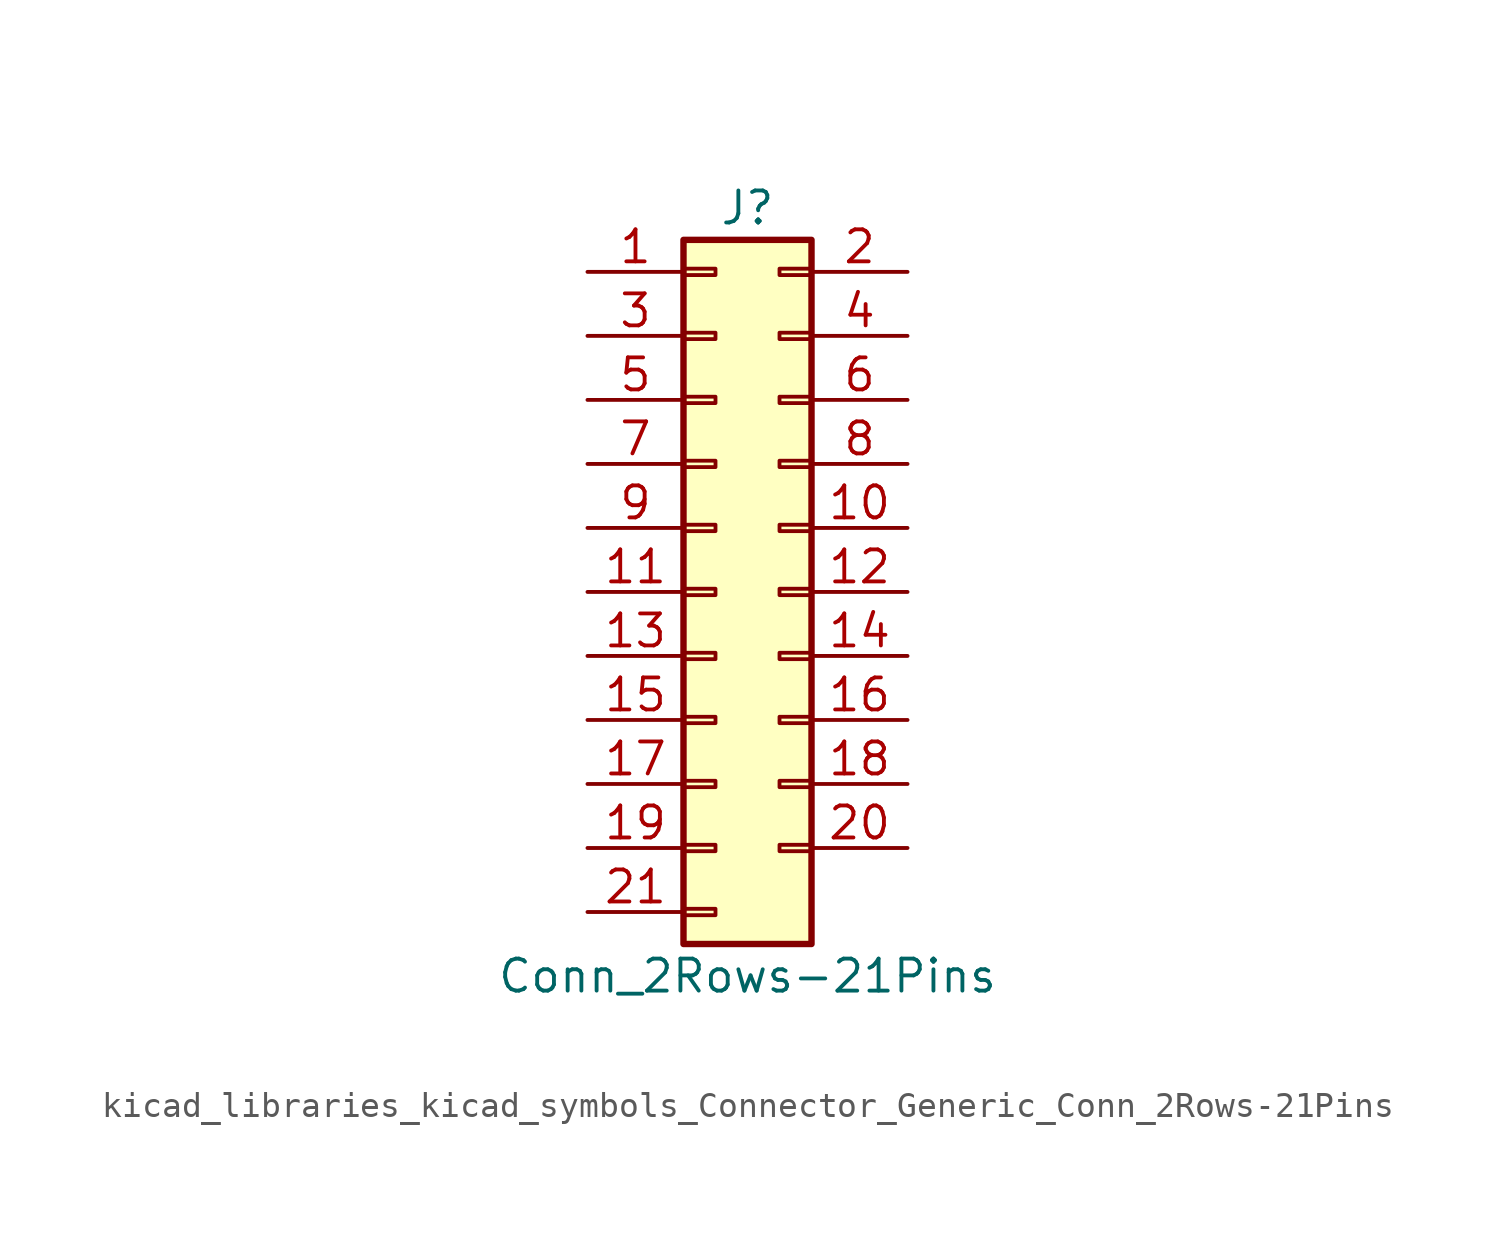
<source format=kicad_sym>
(kicad_symbol_lib
  (version 20220914)
  (generator kicad_symbol_editor)
  (symbol "kicad_libraries_kicad_symbols_Connector_Generic_Conn_2Rows-21Pins"
    (pin_names
      (offset 1.016) hide)
    (property "Reference" "J"
      (at 1.27 15.24 0)
      (effects (font (size 1.27 1.27))))
    (property "Value" "Conn_2Rows-21Pins"
      (at 1.27 -15.24 0)
      (effects (font (size 1.27 1.27))))
    (symbol "kicad_libraries_kicad_symbols_Connector_Generic_Conn_2Rows-21Pins_1_1"
      (rectangle (start -1.27 -12.573) (end 0 -12.827) (stroke (width 0.152) (type default)) (fill (type none)))
      (rectangle (start -1.27 -10.033) (end 0 -10.287) (stroke (width 0.152) (type default)) (fill (type none)))
      (rectangle (start -1.27 -7.493) (end 0 -7.747) (stroke (width 0.152) (type default)) (fill (type none)))
      (rectangle (start -1.27 -4.953) (end 0 -5.207) (stroke (width 0.152) (type default)) (fill (type none)))
      (rectangle (start -1.27 -2.413) (end 0 -2.667) (stroke (width 0.152) (type default)) (fill (type none)))
      (rectangle (start -1.27 0.127) (end 0 -0.127) (stroke (width 0.152) (type default)) (fill (type none)))
      (rectangle (start -1.27 2.667) (end 0 2.413) (stroke (width 0.152) (type default)) (fill (type none)))
      (rectangle (start -1.27 5.207) (end 0 4.953) (stroke (width 0.152) (type default)) (fill (type none)))
      (rectangle (start -1.27 7.747) (end 0 7.493) (stroke (width 0.152) (type default)) (fill (type none)))
      (rectangle (start -1.27 10.287) (end 0 10.033) (stroke (width 0.152) (type default)) (fill (type none)))
      (rectangle (start -1.27 12.827) (end 0 12.573) (stroke (width 0.152) (type default)) (fill (type none)))
      (rectangle (start -1.27 13.97) (end 3.81 -13.97) (stroke (width 0.254) (type default)) (fill (type background)))
      (rectangle (start 3.81 -10.033) (end 2.54 -10.287) (stroke (width 0.152) (type default)) (fill (type none)))
      (rectangle (start 3.81 -7.493) (end 2.54 -7.747) (stroke (width 0.152) (type default)) (fill (type none)))
      (rectangle (start 3.81 -4.953) (end 2.54 -5.207) (stroke (width 0.152) (type default)) (fill (type none)))
      (rectangle (start 3.81 -2.413) (end 2.54 -2.667) (stroke (width 0.152) (type default)) (fill (type none)))
      (rectangle (start 3.81 0.127) (end 2.54 -0.127) (stroke (width 0.152) (type default)) (fill (type none)))
      (rectangle (start 3.81 2.667) (end 2.54 2.413) (stroke (width 0.152) (type default)) (fill (type none)))
      (rectangle (start 3.81 5.207) (end 2.54 4.953) (stroke (width 0.152) (type default)) (fill (type none)))
      (rectangle (start 3.81 7.747) (end 2.54 7.493) (stroke (width 0.152) (type default)) (fill (type none)))
      (rectangle (start 3.81 10.287) (end 2.54 10.033) (stroke (width 0.152) (type default)) (fill (type none)))
      (rectangle (start 3.81 12.827) (end 2.54 12.573) (stroke (width 0.152) (type default)) (fill (type none)))
      (pin passive line (at -5.08 12.7 0) (length 3.81) (name "Pin_1" (effects (font (size 1.27 1.27)))) (number "1" (effects (font (size 1.27 1.27)))))
      (pin passive line (at 7.62 2.54 180) (length 3.81) (name "Pin_10" (effects (font (size 1.27 1.27)))) (number "10" (effects (font (size 1.27 1.27)))))
      (pin passive line (at -5.08 0 0) (length 3.81) (name "Pin_11" (effects (font (size 1.27 1.27)))) (number "11" (effects (font (size 1.27 1.27)))))
      (pin passive line (at 7.62 0 180) (length 3.81) (name "Pin_12" (effects (font (size 1.27 1.27)))) (number "12" (effects (font (size 1.27 1.27)))))
      (pin passive line (at -5.08 -2.54 0) (length 3.81) (name "Pin_13" (effects (font (size 1.27 1.27)))) (number "13" (effects (font (size 1.27 1.27)))))
      (pin passive line (at 7.62 -2.54 180) (length 3.81) (name "Pin_14" (effects (font (size 1.27 1.27)))) (number "14" (effects (font (size 1.27 1.27)))))
      (pin passive line (at -5.08 -5.08 0) (length 3.81) (name "Pin_15" (effects (font (size 1.27 1.27)))) (number "15" (effects (font (size 1.27 1.27)))))
      (pin passive line (at 7.62 -5.08 180) (length 3.81) (name "Pin_16" (effects (font (size 1.27 1.27)))) (number "16" (effects (font (size 1.27 1.27)))))
      (pin passive line (at -5.08 -7.62 0) (length 3.81) (name "Pin_17" (effects (font (size 1.27 1.27)))) (number "17" (effects (font (size 1.27 1.27)))))
      (pin passive line (at 7.62 -7.62 180) (length 3.81) (name "Pin_18" (effects (font (size 1.27 1.27)))) (number "18" (effects (font (size 1.27 1.27)))))
      (pin passive line (at -5.08 -10.16 0) (length 3.81) (name "Pin_19" (effects (font (size 1.27 1.27)))) (number "19" (effects (font (size 1.27 1.27)))))
      (pin passive line (at 7.62 12.7 180) (length 3.81) (name "Pin_2" (effects (font (size 1.27 1.27)))) (number "2" (effects (font (size 1.27 1.27)))))
      (pin passive line (at 7.62 -10.16 180) (length 3.81) (name "Pin_20" (effects (font (size 1.27 1.27)))) (number "20" (effects (font (size 1.27 1.27)))))
      (pin passive line (at -5.08 -12.7 0) (length 3.81) (name "Pin_21" (effects (font (size 1.27 1.27)))) (number "21" (effects (font (size 1.27 1.27)))))
      (pin passive line (at -5.08 10.16 0) (length 3.81) (name "Pin_3" (effects (font (size 1.27 1.27)))) (number "3" (effects (font (size 1.27 1.27)))))
      (pin passive line (at 7.62 10.16 180) (length 3.81) (name "Pin_4" (effects (font (size 1.27 1.27)))) (number "4" (effects (font (size 1.27 1.27)))))
      (pin passive line (at -5.08 7.62 0) (length 3.81) (name "Pin_5" (effects (font (size 1.27 1.27)))) (number "5" (effects (font (size 1.27 1.27)))))
      (pin passive line (at 7.62 7.62 180) (length 3.81) (name "Pin_6" (effects (font (size 1.27 1.27)))) (number "6" (effects (font (size 1.27 1.27)))))
      (pin passive line (at -5.08 5.08 0) (length 3.81) (name "Pin_7" (effects (font (size 1.27 1.27)))) (number "7" (effects (font (size 1.27 1.27)))))
      (pin passive line (at 7.62 5.08 180) (length 3.81) (name "Pin_8" (effects (font (size 1.27 1.27)))) (number "8" (effects (font (size 1.27 1.27)))))
      (pin passive line (at -5.08 2.54 0) (length 3.81) (name "Pin_9" (effects (font (size 1.27 1.27)))) (number "9" (effects (font (size 1.27 1.27))))))))
</source>
